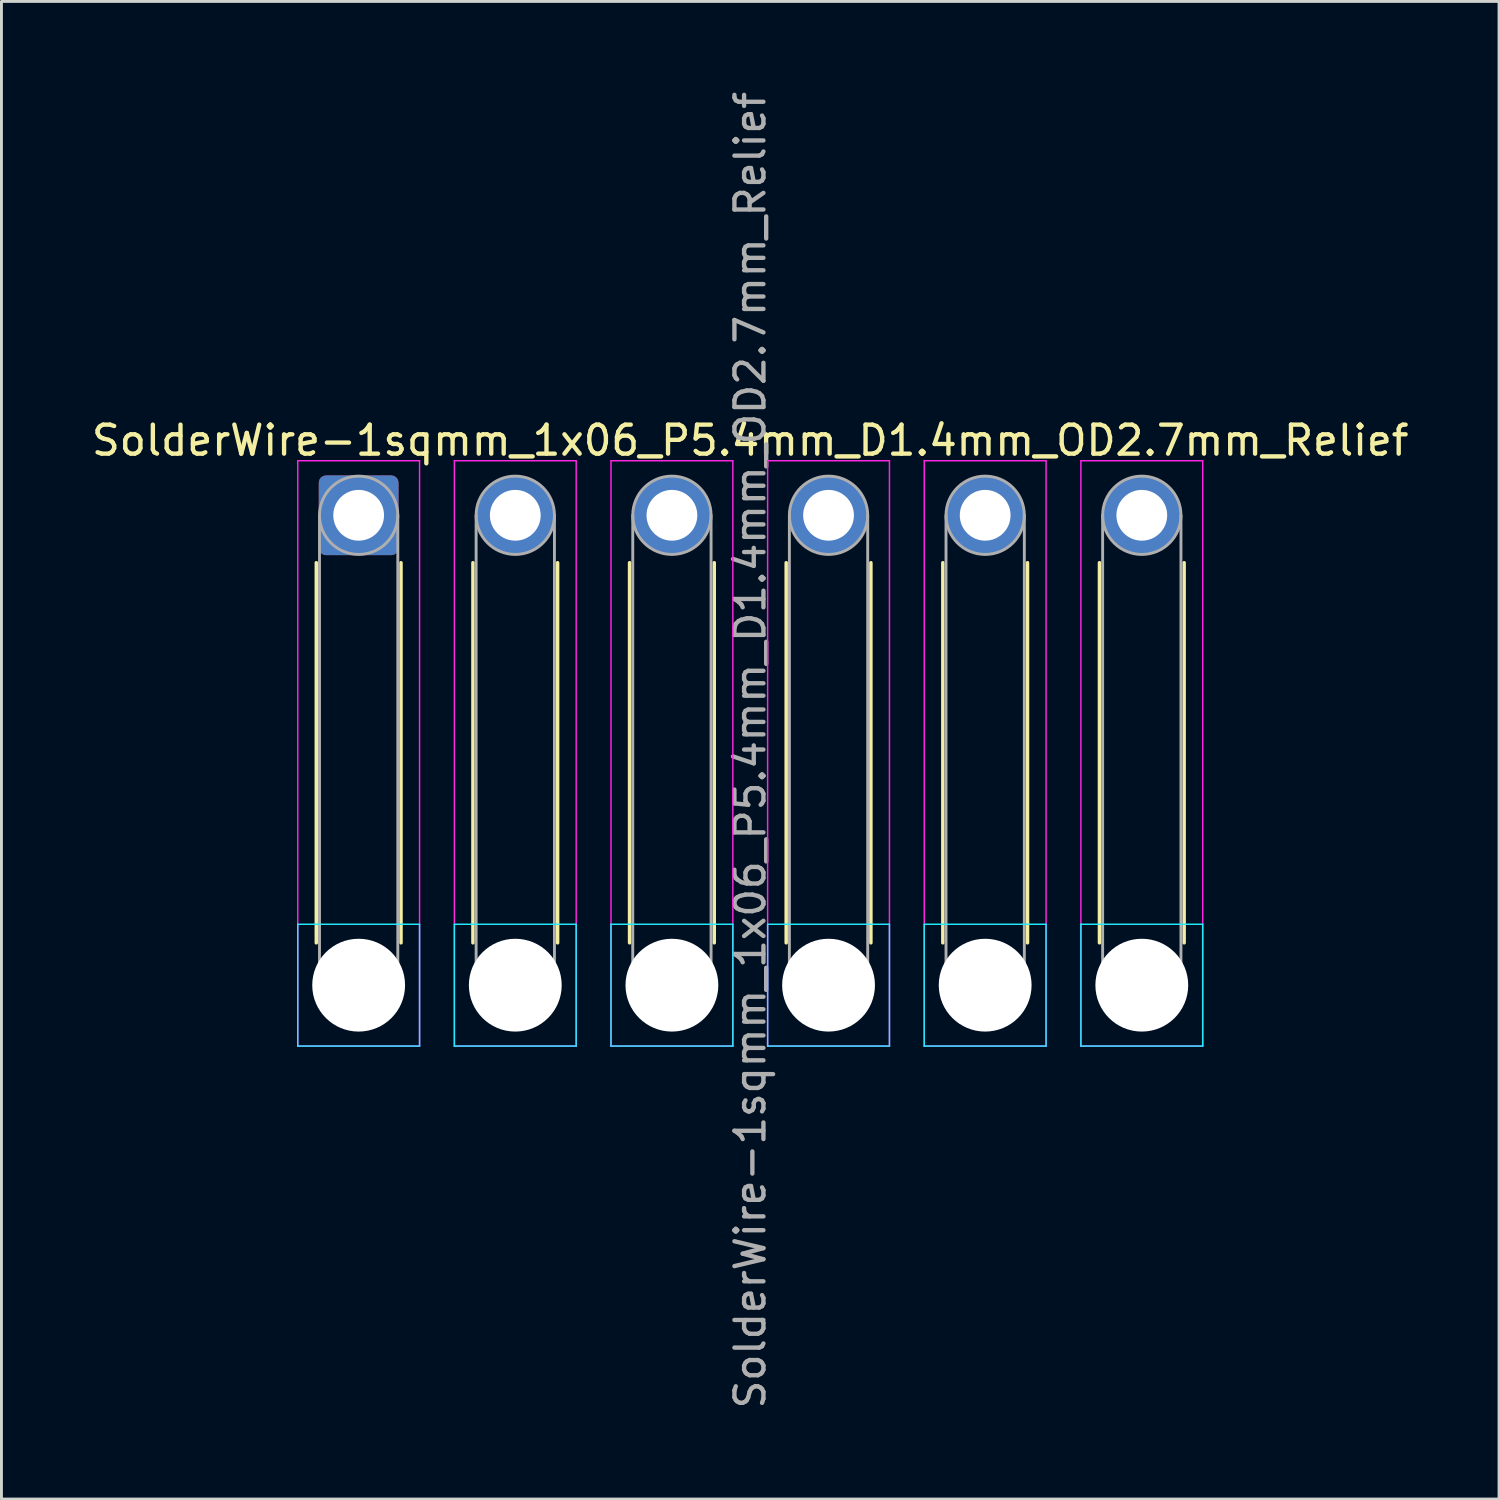
<source format=kicad_pcb>
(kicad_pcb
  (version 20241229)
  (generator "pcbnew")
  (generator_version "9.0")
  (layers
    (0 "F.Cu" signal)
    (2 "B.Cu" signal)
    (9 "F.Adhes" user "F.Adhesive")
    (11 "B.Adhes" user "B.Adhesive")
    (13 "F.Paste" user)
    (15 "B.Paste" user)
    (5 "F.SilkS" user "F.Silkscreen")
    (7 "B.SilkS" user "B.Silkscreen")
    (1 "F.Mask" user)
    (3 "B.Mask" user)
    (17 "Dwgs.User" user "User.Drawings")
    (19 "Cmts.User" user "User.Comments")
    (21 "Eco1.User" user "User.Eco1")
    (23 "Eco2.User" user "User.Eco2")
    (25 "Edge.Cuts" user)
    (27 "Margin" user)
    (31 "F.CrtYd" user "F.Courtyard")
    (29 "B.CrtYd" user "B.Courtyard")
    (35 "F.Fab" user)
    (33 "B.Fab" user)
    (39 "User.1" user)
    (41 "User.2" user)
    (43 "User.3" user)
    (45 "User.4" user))
  (footprint "SolderWire-1sqmm_1x06_P5.4mm_D1.4mm_OD2.7mm_Relief"
    (layer "F.Cu")
    (at 9.315 14.715)
    (property "Reference" "SolderWire-1sqmm_1x06_P5.4mm_D1.4mm_OD2.7mm_Relief" (at 13.5 -2.58 0) (layer "F.SilkS") (effects (font (size 1 1) (thickness 0.15))))
    (attr exclude_from_pos_files exclude_from_bom)
    (fp_line (start -1.46 1.635) (end -1.46 14.74) (stroke (width 0.12) (type solid)) (layer "F.SilkS"))
    (fp_line (start 1.46 1.635) (end 1.46 14.74) (stroke (width 0.12) (type solid)) (layer "F.SilkS"))
    (fp_line (start 3.94 1.635) (end 3.94 14.74) (stroke (width 0.12) (type solid)) (layer "F.SilkS"))
    (fp_line (start 6.86 1.635) (end 6.86 14.74) (stroke (width 0.12) (type solid)) (layer "F.SilkS"))
    (fp_line (start 9.34 1.635) (end 9.34 14.74) (stroke (width 0.12) (type solid)) (layer "F.SilkS"))
    (fp_line (start 12.26 1.635) (end 12.26 14.74) (stroke (width 0.12) (type solid)) (layer "F.SilkS"))
    (fp_line (start 14.74 1.635) (end 14.74 14.74) (stroke (width 0.12) (type solid)) (layer "F.SilkS"))
    (fp_line (start 17.66 1.635) (end 17.66 14.74) (stroke (width 0.12) (type solid)) (layer "F.SilkS"))
    (fp_line (start 20.14 1.635) (end 20.14 14.74) (stroke (width 0.12) (type solid)) (layer "F.SilkS"))
    (fp_line (start 23.06 1.635) (end 23.06 14.74) (stroke (width 0.12) (type solid)) (layer "F.SilkS"))
    (fp_line (start 25.54 1.635) (end 25.54 14.74) (stroke (width 0.12) (type solid)) (layer "F.SilkS"))
    (fp_line (start 28.46 1.635) (end 28.46 14.74) (stroke (width 0.12) (type solid)) (layer "F.SilkS"))
    (fp_line (start -2.1 14.1) (end -2.1 18.3) (stroke (width 0.05) (type solid)) (layer "B.CrtYd"))
    (fp_line (start -2.1 18.3) (end 2.1 18.3) (stroke (width 0.05) (type solid)) (layer "B.CrtYd"))
    (fp_line (start 2.1 14.1) (end -2.1 14.1) (stroke (width 0.05) (type solid)) (layer "B.CrtYd"))
    (fp_line (start 2.1 18.3) (end 2.1 14.1) (stroke (width 0.05) (type solid)) (layer "B.CrtYd"))
    (fp_line (start 3.3 14.1) (end 3.3 18.3) (stroke (width 0.05) (type solid)) (layer "B.CrtYd"))
    (fp_line (start 3.3 18.3) (end 7.5 18.3) (stroke (width 0.05) (type solid)) (layer "B.CrtYd"))
    (fp_line (start 7.5 14.1) (end 3.3 14.1) (stroke (width 0.05) (type solid)) (layer "B.CrtYd"))
    (fp_line (start 7.5 18.3) (end 7.5 14.1) (stroke (width 0.05) (type solid)) (layer "B.CrtYd"))
    (fp_line (start 8.7 14.1) (end 8.7 18.3) (stroke (width 0.05) (type solid)) (layer "B.CrtYd"))
    (fp_line (start 8.7 18.3) (end 12.9 18.3) (stroke (width 0.05) (type solid)) (layer "B.CrtYd"))
    (fp_line (start 12.9 14.1) (end 8.7 14.1) (stroke (width 0.05) (type solid)) (layer "B.CrtYd"))
    (fp_line (start 12.9 18.3) (end 12.9 14.1) (stroke (width 0.05) (type solid)) (layer "B.CrtYd"))
    (fp_line (start 14.1 14.1) (end 14.1 18.3) (stroke (width 0.05) (type solid)) (layer "B.CrtYd"))
    (fp_line (start 14.1 18.3) (end 18.3 18.3) (stroke (width 0.05) (type solid)) (layer "B.CrtYd"))
    (fp_line (start 18.3 14.1) (end 14.1 14.1) (stroke (width 0.05) (type solid)) (layer "B.CrtYd"))
    (fp_line (start 18.3 18.3) (end 18.3 14.1) (stroke (width 0.05) (type solid)) (layer "B.CrtYd"))
    (fp_line (start 19.5 14.1) (end 19.5 18.3) (stroke (width 0.05) (type solid)) (layer "B.CrtYd"))
    (fp_line (start 19.5 18.3) (end 23.7 18.3) (stroke (width 0.05) (type solid)) (layer "B.CrtYd"))
    (fp_line (start 23.7 14.1) (end 19.5 14.1) (stroke (width 0.05) (type solid)) (layer "B.CrtYd"))
    (fp_line (start 23.7 18.3) (end 23.7 14.1) (stroke (width 0.05) (type solid)) (layer "B.CrtYd"))
    (fp_line (start 24.9 14.1) (end 24.9 18.3) (stroke (width 0.05) (type solid)) (layer "B.CrtYd"))
    (fp_line (start 24.9 18.3) (end 29.1 18.3) (stroke (width 0.05) (type solid)) (layer "B.CrtYd"))
    (fp_line (start 29.1 14.1) (end 24.9 14.1) (stroke (width 0.05) (type solid)) (layer "B.CrtYd"))
    (fp_line (start 29.1 18.3) (end 29.1 14.1) (stroke (width 0.05) (type solid)) (layer "B.CrtYd"))
    (fp_line (start -2.1 -1.88) (end -2.1 18.3) (stroke (width 0.05) (type solid)) (layer "F.CrtYd"))
    (fp_line (start -2.1 18.3) (end 2.1 18.3) (stroke (width 0.05) (type solid)) (layer "F.CrtYd"))
    (fp_line (start 2.1 -1.88) (end -2.1 -1.88) (stroke (width 0.05) (type solid)) (layer "F.CrtYd"))
    (fp_line (start 2.1 18.3) (end 2.1 -1.88) (stroke (width 0.05) (type solid)) (layer "F.CrtYd"))
    (fp_line (start 3.3 -1.88) (end 3.3 18.3) (stroke (width 0.05) (type solid)) (layer "F.CrtYd"))
    (fp_line (start 3.3 18.3) (end 7.5 18.3) (stroke (width 0.05) (type solid)) (layer "F.CrtYd"))
    (fp_line (start 7.5 -1.88) (end 3.3 -1.88) (stroke (width 0.05) (type solid)) (layer "F.CrtYd"))
    (fp_line (start 7.5 18.3) (end 7.5 -1.88) (stroke (width 0.05) (type solid)) (layer "F.CrtYd"))
    (fp_line (start 8.7 -1.88) (end 8.7 18.3) (stroke (width 0.05) (type solid)) (layer "F.CrtYd"))
    (fp_line (start 8.7 18.3) (end 12.9 18.3) (stroke (width 0.05) (type solid)) (layer "F.CrtYd"))
    (fp_line (start 12.9 -1.88) (end 8.7 -1.88) (stroke (width 0.05) (type solid)) (layer "F.CrtYd"))
    (fp_line (start 12.9 18.3) (end 12.9 -1.88) (stroke (width 0.05) (type solid)) (layer "F.CrtYd"))
    (fp_line (start 14.1 -1.88) (end 14.1 18.3) (stroke (width 0.05) (type solid)) (layer "F.CrtYd"))
    (fp_line (start 14.1 18.3) (end 18.3 18.3) (stroke (width 0.05) (type solid)) (layer "F.CrtYd"))
    (fp_line (start 18.3 -1.88) (end 14.1 -1.88) (stroke (width 0.05) (type solid)) (layer "F.CrtYd"))
    (fp_line (start 18.3 18.3) (end 18.3 -1.88) (stroke (width 0.05) (type solid)) (layer "F.CrtYd"))
    (fp_line (start 19.5 -1.88) (end 19.5 18.3) (stroke (width 0.05) (type solid)) (layer "F.CrtYd"))
    (fp_line (start 19.5 18.3) (end 23.7 18.3) (stroke (width 0.05) (type solid)) (layer "F.CrtYd"))
    (fp_line (start 23.7 -1.88) (end 19.5 -1.88) (stroke (width 0.05) (type solid)) (layer "F.CrtYd"))
    (fp_line (start 23.7 18.3) (end 23.7 -1.88) (stroke (width 0.05) (type solid)) (layer "F.CrtYd"))
    (fp_line (start 24.9 -1.88) (end 24.9 18.3) (stroke (width 0.05) (type solid)) (layer "F.CrtYd"))
    (fp_line (start 24.9 18.3) (end 29.1 18.3) (stroke (width 0.05) (type solid)) (layer "F.CrtYd"))
    (fp_line (start 29.1 -1.88) (end 24.9 -1.88) (stroke (width 0.05) (type solid)) (layer "F.CrtYd"))
    (fp_line (start 29.1 18.3) (end 29.1 -1.88) (stroke (width 0.05) (type solid)) (layer "F.CrtYd"))
    (fp_line (start -1.35 0) (end -1.35 16.2) (stroke (width 0.1) (type solid)) (layer "F.Fab"))
    (fp_line (start 1.35 0) (end 1.35 16.2) (stroke (width 0.1) (type solid)) (layer "F.Fab"))
    (fp_line (start 4.05 0) (end 4.05 16.2) (stroke (width 0.1) (type solid)) (layer "F.Fab"))
    (fp_line (start 6.75 0) (end 6.75 16.2) (stroke (width 0.1) (type solid)) (layer "F.Fab"))
    (fp_line (start 9.45 0) (end 9.45 16.2) (stroke (width 0.1) (type solid)) (layer "F.Fab"))
    (fp_line (start 12.15 0) (end 12.15 16.2) (stroke (width 0.1) (type solid)) (layer "F.Fab"))
    (fp_line (start 14.85 0) (end 14.85 16.2) (stroke (width 0.1) (type solid)) (layer "F.Fab"))
    (fp_line (start 17.55 0) (end 17.55 16.2) (stroke (width 0.1) (type solid)) (layer "F.Fab"))
    (fp_line (start 20.25 0) (end 20.25 16.2) (stroke (width 0.1) (type solid)) (layer "F.Fab"))
    (fp_line (start 22.95 0) (end 22.95 16.2) (stroke (width 0.1) (type solid)) (layer "F.Fab"))
    (fp_line (start 25.65 0) (end 25.65 16.2) (stroke (width 0.1) (type solid)) (layer "F.Fab"))
    (fp_line (start 28.35 0) (end 28.35 16.2) (stroke (width 0.1) (type solid)) (layer "F.Fab"))
    (fp_circle (center 0 0) (end 1.35 0) (stroke (width 0.1) (type solid)) (fill no) (layer "F.Fab"))
    (fp_circle (center 0 16.2) (end 1.35 16.2) (stroke (width 0.1) (type solid)) (fill no) (layer "F.Fab"))
    (fp_circle (center 5.4 0) (end 6.75 0) (stroke (width 0.1) (type solid)) (fill no) (layer "F.Fab"))
    (fp_circle (center 5.4 16.2) (end 6.75 16.2) (stroke (width 0.1) (type solid)) (fill no) (layer "F.Fab"))
    (fp_circle (center 10.8 0) (end 12.15 0) (stroke (width 0.1) (type solid)) (fill no) (layer "F.Fab"))
    (fp_circle (center 10.8 16.2) (end 12.15 16.2) (stroke (width 0.1) (type solid)) (fill no) (layer "F.Fab"))
    (fp_circle (center 16.2 0) (end 17.55 0) (stroke (width 0.1) (type solid)) (fill no) (layer "F.Fab"))
    (fp_circle (center 16.2 16.2) (end 17.55 16.2) (stroke (width 0.1) (type solid)) (fill no) (layer "F.Fab"))
    (fp_circle (center 21.6 0) (end 22.95 0) (stroke (width 0.1) (type solid)) (fill no) (layer "F.Fab"))
    (fp_circle (center 21.6 16.2) (end 22.95 16.2) (stroke (width 0.1) (type solid)) (fill no) (layer "F.Fab"))
    (fp_circle (center 27 0) (end 28.35 0) (stroke (width 0.1) (type solid)) (fill no) (layer "F.Fab"))
    (fp_circle (center 27 16.2) (end 28.35 16.2) (stroke (width 0.1) (type solid)) (fill no) (layer "F.Fab"))
    (fp_text user "${REFERENCE}" (at 13.5 8.1 90) (layer "F.Fab") (effects (font (size 1 1) (thickness 0.15))))
    (pad "" np_thru_hole circle (at 0 16.2) (size 3.2 3.2) (drill 3.2) (layers "*.Cu" "*.Mask"))
    (pad "" np_thru_hole circle (at 5.4 16.2) (size 3.2 3.2) (drill 3.2) (layers "*.Cu" "*.Mask"))
    (pad "" np_thru_hole circle (at 10.8 16.2) (size 3.2 3.2) (drill 3.2) (layers "*.Cu" "*.Mask"))
    (pad "" np_thru_hole circle (at 16.2 16.2) (size 3.2 3.2) (drill 3.2) (layers "*.Cu" "*.Mask"))
    (pad "" np_thru_hole circle (at 21.6 16.2) (size 3.2 3.2) (drill 3.2) (layers "*.Cu" "*.Mask"))
    (pad "" np_thru_hole circle (at 27 16.2) (size 3.2 3.2) (drill 3.2) (layers "*.Cu" "*.Mask"))
    (pad "1" thru_hole roundrect (at 0 0) (size 2.75 2.75) (drill 1.75) (layers "*.Cu" "*.Mask") (roundrect_rratio 0.091))
    (pad "2" thru_hole circle (at 5.4 0) (size 2.75 2.75) (drill 1.75) (layers "*.Cu" "*.Mask"))
    (pad "3" thru_hole circle (at 10.8 0) (size 2.75 2.75) (drill 1.75) (layers "*.Cu" "*.Mask"))
    (pad "4" thru_hole circle (at 16.2 0) (size 2.75 2.75) (drill 1.75) (layers "*.Cu" "*.Mask"))
    (pad "5" thru_hole circle (at 21.6 0) (size 2.75 2.75) (drill 1.75) (layers "*.Cu" "*.Mask"))
    (pad "6" thru_hole circle (at 27 0) (size 2.75 2.75) (drill 1.75) (layers "*.Cu" "*.Mask")))
  (gr_rect
    (start -3 -3)
    (end 48.631 48.631)
    (stroke (width 0.1) (type default))
    (fill no)
    (layer "Edge.Cuts")))
</source>
